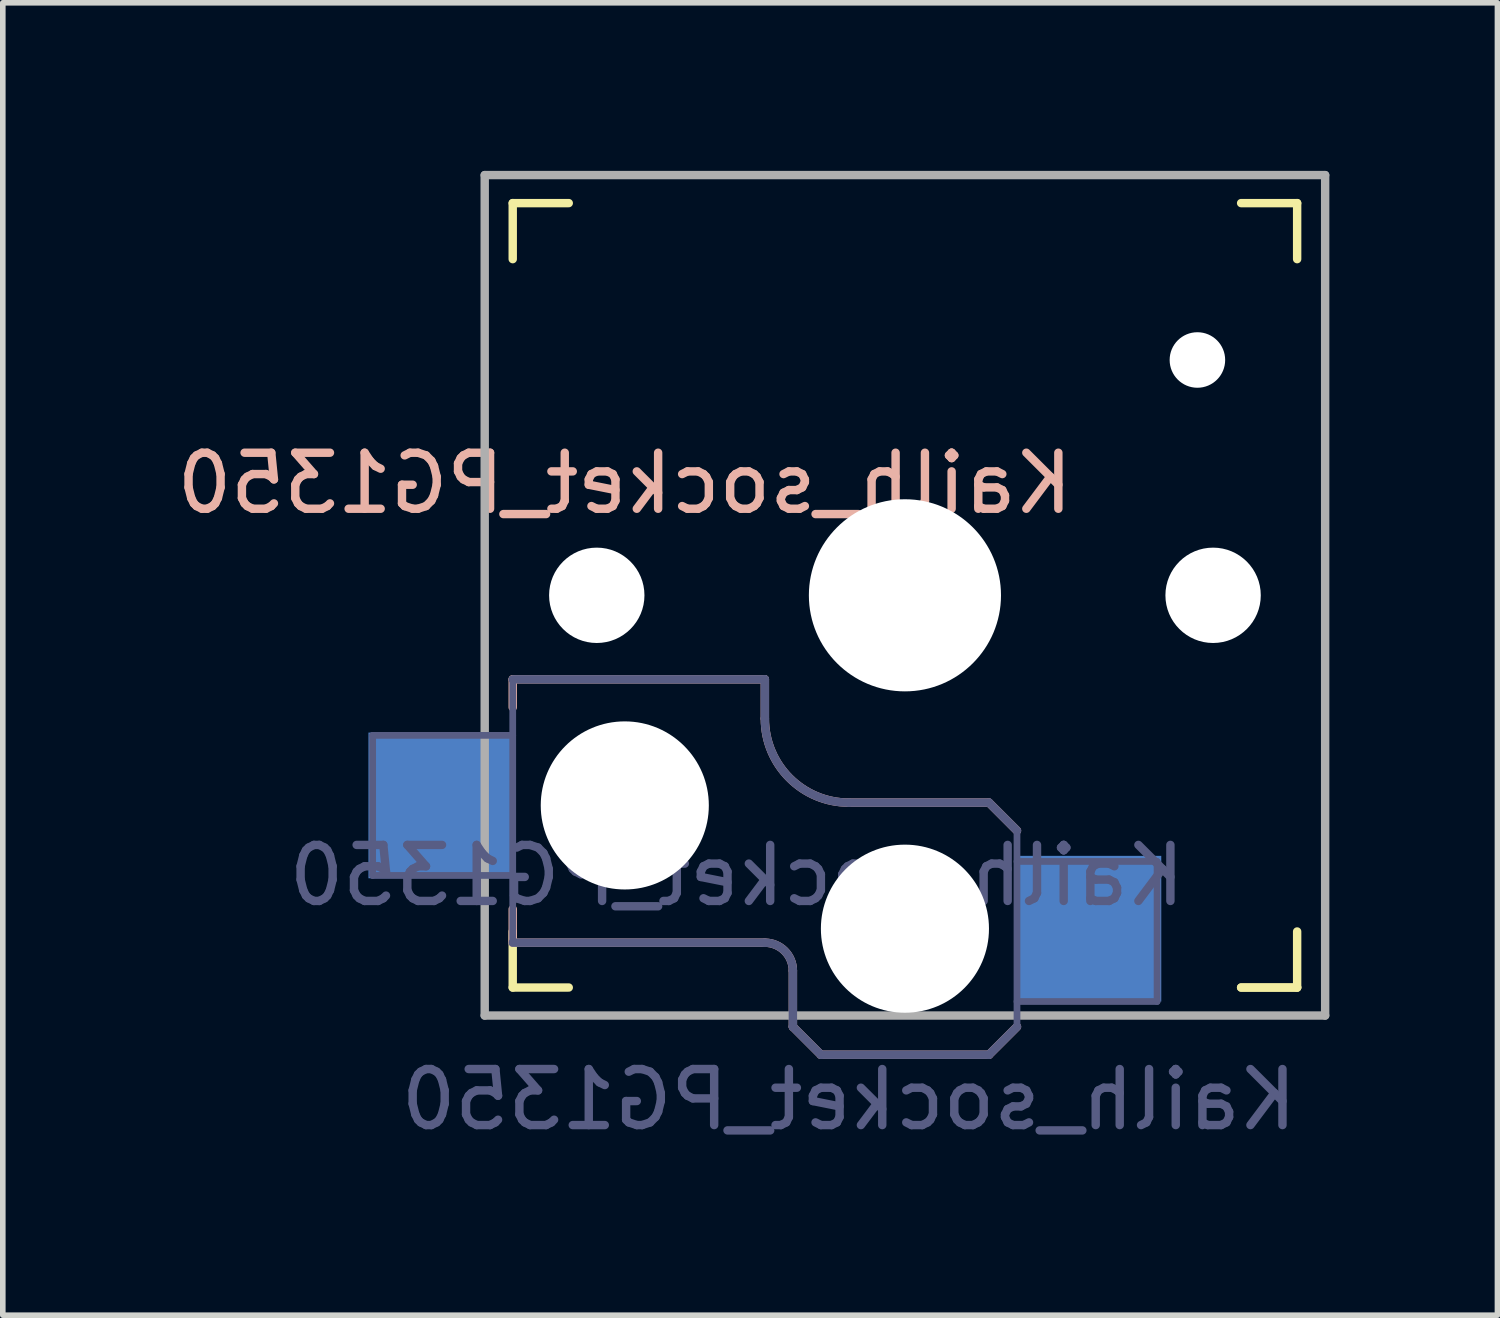
<source format=kicad_pcb>
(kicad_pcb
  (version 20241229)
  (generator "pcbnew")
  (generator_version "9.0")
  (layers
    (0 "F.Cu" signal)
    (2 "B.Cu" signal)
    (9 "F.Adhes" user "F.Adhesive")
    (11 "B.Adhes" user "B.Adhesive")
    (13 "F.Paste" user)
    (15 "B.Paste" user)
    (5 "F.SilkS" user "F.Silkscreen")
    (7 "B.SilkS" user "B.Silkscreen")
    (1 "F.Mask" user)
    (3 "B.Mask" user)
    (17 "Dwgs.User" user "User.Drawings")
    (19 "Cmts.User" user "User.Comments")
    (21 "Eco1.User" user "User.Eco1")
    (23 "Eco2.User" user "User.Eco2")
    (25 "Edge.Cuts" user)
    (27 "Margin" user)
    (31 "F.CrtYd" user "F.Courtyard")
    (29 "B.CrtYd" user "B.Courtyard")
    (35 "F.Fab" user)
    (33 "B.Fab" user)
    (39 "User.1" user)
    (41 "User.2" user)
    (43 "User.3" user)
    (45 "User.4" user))
  (footprint "Kailh_socket_PG1350"
    (layer "F.Cu")
    (at 13.101 7.575)
    (property "Reference" "Kailh_socket_PG1350" (at -5 -2 0) (layer "B.SilkS") (effects (font (size 1 1) (thickness 0.15)) (justify mirror)))
    (property "Value" "Kailh_socket_PG1350" (at 0 8.255 0) (layer "F.Fab") (hide yes) (effects (font (size 1 1) (thickness 0.15))))
    (attr smd)
    (fp_line (start -7 -6) (end -7 -7) (stroke (width 0.15) (type solid)) (layer "F.SilkS"))
    (fp_line (start -7 7) (end -7 6) (stroke (width 0.15) (type solid)) (layer "F.SilkS"))
    (fp_line (start -7 7) (end -6 7) (stroke (width 0.15) (type solid)) (layer "F.SilkS"))
    (fp_line (start -6 -7) (end -7 -7) (stroke (width 0.15) (type solid)) (layer "F.SilkS"))
    (fp_line (start 6 7) (end 7 7) (stroke (width 0.15) (type solid)) (layer "F.SilkS"))
    (fp_line (start 7 -7) (end 6 -7) (stroke (width 0.15) (type solid)) (layer "F.SilkS"))
    (fp_line (start 7 -7) (end 7 -6) (stroke (width 0.15) (type solid)) (layer "F.SilkS"))
    (fp_line (start 7 6) (end 7 7) (stroke (width 0.15) (type solid)) (layer "F.SilkS"))
    (fp_line (start 7 7) (end 6 7) (stroke (width 0.15) (type solid)) (layer "F.SilkS"))
    (fp_line (start -7 1.5) (end -7 2) (stroke (width 0.15) (type solid)) (layer "B.SilkS"))
    (fp_line (start -7 5.6) (end -7 6.2) (stroke (width 0.15) (type solid)) (layer "B.SilkS"))
    (fp_line (start -7 6.2) (end -2.5 6.2) (stroke (width 0.15) (type solid)) (layer "B.SilkS"))
    (fp_line (start -2.5 1.5) (end -7 1.5) (stroke (width 0.15) (type solid)) (layer "B.SilkS"))
    (fp_line (start -2.5 2.2) (end -2.5 1.5) (stroke (width 0.15) (type solid)) (layer "B.SilkS"))
    (fp_line (start -2 6.7) (end -2 7.7) (stroke (width 0.15) (type solid)) (layer "B.SilkS"))
    (fp_line (start -1.5 8.2) (end -2 7.7) (stroke (width 0.15) (type solid)) (layer "B.SilkS"))
    (fp_line (start 1.5 3.7) (end -1 3.7) (stroke (width 0.15) (type solid)) (layer "B.SilkS"))
    (fp_line (start 1.5 8.2) (end -1.5 8.2) (stroke (width 0.15) (type solid)) (layer "B.SilkS"))
    (fp_line (start 2 4.2) (end 1.5 3.7) (stroke (width 0.15) (type solid)) (layer "B.SilkS"))
    (fp_line (start 2 7.7) (end 1.5 8.2) (stroke (width 0.15) (type solid)) (layer "B.SilkS"))
    (fp_arc (start -2.5 6.2) (mid -2.146447 6.346447) (end -2 6.7) (stroke (width 0.15) (type solid)) (layer "B.SilkS"))
    (fp_arc (start -1 3.7) (mid -2.06066 3.26066) (end -2.5 2.2) (stroke (width 0.15) (type solid)) (layer "B.SilkS"))
    (fp_line (start -6.9 6.9) (end -6.9 -6.9) (stroke (width 0.15) (type solid)) (layer "Eco2.User"))
    (fp_line (start -6.9 6.9) (end 6.9 6.9) (stroke (width 0.15) (type solid)) (layer "Eco2.User"))
    (fp_line (start -2.6 -3.1) (end -2.6 -6.3) (stroke (width 0.15) (type solid)) (layer "Eco2.User"))
    (fp_line (start -2.6 -3.1) (end 2.6 -3.1) (stroke (width 0.15) (type solid)) (layer "Eco2.User"))
    (fp_line (start 2.6 -6.3) (end -2.6 -6.3) (stroke (width 0.15) (type solid)) (layer "Eco2.User"))
    (fp_line (start 2.6 -3.1) (end 2.6 -6.3) (stroke (width 0.15) (type solid)) (layer "Eco2.User"))
    (fp_line (start 6.9 -6.9) (end -6.9 -6.9) (stroke (width 0.15) (type solid)) (layer "Eco2.User"))
    (fp_line (start 6.9 -6.9) (end 6.9 6.9) (stroke (width 0.15) (type solid)) (layer "Eco2.User"))
    (fp_line (start -9.5 2.5) (end -7 2.5) (stroke (width 0.12) (type solid)) (layer "B.Fab"))
    (fp_line (start -9.5 5) (end -9.5 2.5) (stroke (width 0.12) (type solid)) (layer "B.Fab"))
    (fp_line (start -7 1.5) (end -7 6.2) (stroke (width 0.12) (type solid)) (layer "B.Fab"))
    (fp_line (start -7 5) (end -9.5 5) (stroke (width 0.12) (type solid)) (layer "B.Fab"))
    (fp_line (start -7 6.2) (end -2.5 6.2) (stroke (width 0.15) (type solid)) (layer "B.Fab"))
    (fp_line (start -2.5 1.5) (end -7 1.5) (stroke (width 0.15) (type solid)) (layer "B.Fab"))
    (fp_line (start -2.5 2.2) (end -2.5 1.5) (stroke (width 0.15) (type solid)) (layer "B.Fab"))
    (fp_line (start -2 6.7) (end -2 7.7) (stroke (width 0.15) (type solid)) (layer "B.Fab"))
    (fp_line (start -1.5 8.2) (end -2 7.7) (stroke (width 0.15) (type solid)) (layer "B.Fab"))
    (fp_line (start 1.5 3.7) (end -1 3.7) (stroke (width 0.15) (type solid)) (layer "B.Fab"))
    (fp_line (start 1.5 8.2) (end -1.5 8.2) (stroke (width 0.15) (type solid)) (layer "B.Fab"))
    (fp_line (start 2 4.2) (end 1.5 3.7) (stroke (width 0.15) (type solid)) (layer "B.Fab"))
    (fp_line (start 2 4.25) (end 2 7.7) (stroke (width 0.12) (type solid)) (layer "B.Fab"))
    (fp_line (start 2 4.75) (end 4.5 4.75) (stroke (width 0.12) (type solid)) (layer "B.Fab"))
    (fp_line (start 2 7.7) (end 1.5 8.2) (stroke (width 0.15) (type solid)) (layer "B.Fab"))
    (fp_line (start 4.5 4.75) (end 4.5 7.25) (stroke (width 0.12) (type solid)) (layer "B.Fab"))
    (fp_line (start 4.5 7.25) (end 2 7.25) (stroke (width 0.12) (type solid)) (layer "B.Fab"))
    (fp_arc (start -2.5 6.2) (mid -2.146447 6.346447) (end -2 6.7) (stroke (width 0.15) (type solid)) (layer "B.Fab"))
    (fp_arc (start -1 3.7) (mid -2.06066 3.26066) (end -2.5 2.2) (stroke (width 0.15) (type solid)) (layer "B.Fab"))
    (fp_line (start -7.5 -7.5) (end 7.5 -7.5) (stroke (width 0.15) (type solid)) (layer "F.Fab"))
    (fp_line (start -7.5 7.5) (end -7.5 -7.5) (stroke (width 0.15) (type solid)) (layer "F.Fab"))
    (fp_line (start 7.5 -7.5) (end 7.5 7.5) (stroke (width 0.15) (type solid)) (layer "F.Fab"))
    (fp_line (start 7.5 7.5) (end -7.5 7.5) (stroke (width 0.15) (type solid)) (layer "F.Fab"))
    (fp_text user "${REFERENCE}" (at -3 5 0) (layer "B.Fab") (effects (font (size 1 1) (thickness 0.15)) (justify mirror)))
    (fp_text user "${VALUE}" (at -1 9 0) (layer "B.Fab") (effects (font (size 1 1) (thickness 0.15)) (justify mirror)))
    (pad "" np_thru_hole circle (at -5.5 0) (size 1.702 1.702) (drill 1.702) (layers "*.Cu" "*.Mask"))
    (pad "" np_thru_hole circle (at -5 3.75) (size 3 3) (drill 3) (layers "*.Cu" "*.Mask"))
    (pad "" np_thru_hole circle (at 0 0) (size 3.429 3.429) (drill 3.429) (layers "*.Cu" "*.Mask"))
    (pad "" np_thru_hole circle (at 0 5.95) (size 3 3) (drill 3) (layers "*.Cu" "*.Mask"))
    (pad "" np_thru_hole circle (at 5.22 -4.2) (size 0.991 0.991) (drill 0.991) (layers "*.Cu" "*.Mask"))
    (pad "" np_thru_hole circle (at 5.5 0) (size 1.702 1.702) (drill 1.702) (layers "*.Cu" "*.Mask"))
    (pad "1" smd rect (at 3.275 5.95) (size 2.6 2.6) (layers "B.Cu" "B.Mask" "B.Paste"))
    (pad "3" smd rect (at -8.275 3.75) (size 2.6 2.6) (layers "B.Cu" "B.Mask" "B.Paste")))
  (gr_rect
    (start -3 -3)
    (end 23.676 20.423)
    (stroke (width 0.1) (type default))
    (fill no)
    (layer "Edge.Cuts")))
</source>
